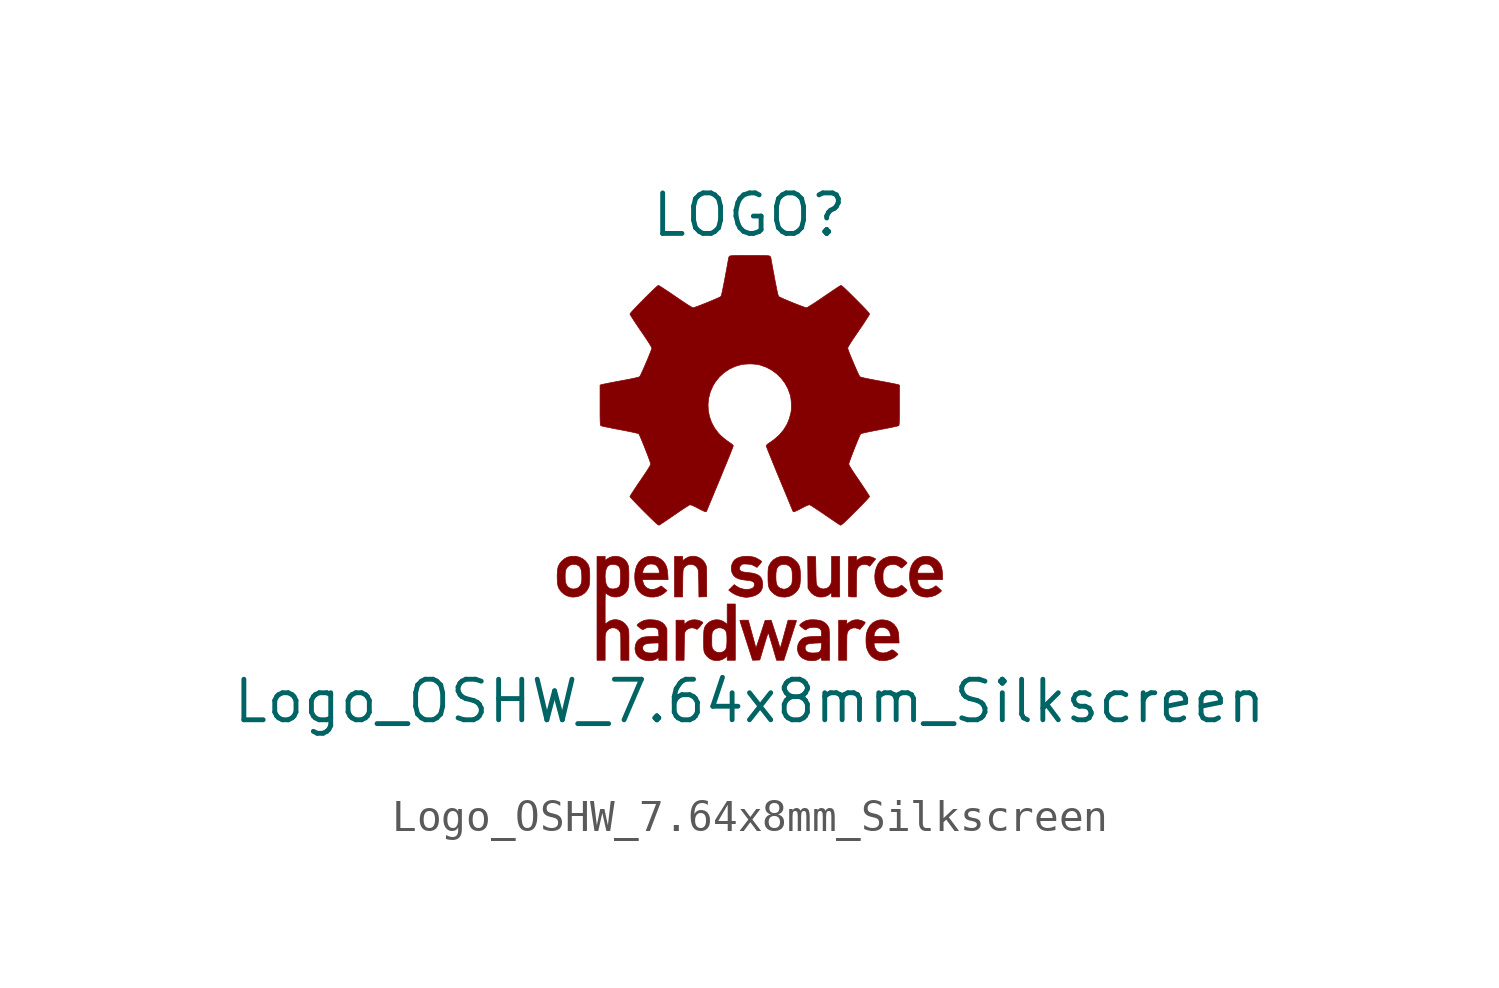
<source format=kicad_sym>
(kicad_symbol_lib
  (version 20241209)
  (generator "kicad_symbol_editor")
  (generator_version "9.0")
  (symbol "Logo_OSHW_7.64x8mm_Silkscreen"
    (pin_numbers
      (hide yes))
    (pin_names
      (offset 0)
      (hide yes))
    (property "Reference" "LOGO"
      (at 0 7.62 0)
      (effects (font (size 1.27 1.27))))
    (property "Value" "Logo_OSHW_7.64x8mm_Silkscreen"
      (at 0 -7.62 0)
      (effects (font (size 1.27 1.27))))
    (symbol "Logo_OSHW_7.64x8mm_Silkscreen_0_0"
      (polyline (pts (xy -5.393 -4.342) (xy -5.279 -4.303) (xy -5.179 -4.239) (xy -5.097 -4.153) (xy -5.038 -4.048) (xy -5.035 -4.04) (xy -5.022 -3.982) (xy -5.013 -3.902) (xy -5.007 -3.807) (xy -5.006 -3.705) (xy -5.008 -3.604) (xy -5.014 -3.511) (xy -5.024 -3.434) (xy -5.038 -3.381) (xy -5.066 -3.323) (xy -5.137 -3.228) (xy -5.228 -3.154) (xy -5.334 -3.103) (xy -5.45 -3.076) (xy -5.574 -3.075) (xy -5.699 -3.103) (xy -5.718 -3.11) (xy -5.803 -3.159) (xy -5.884 -3.228) (xy -5.95 -3.311) (xy -5.994 -3.397) (xy -5.996 -3.403) (xy -6.011 -3.473) (xy -6.021 -3.563) (xy -6.026 -3.661) (xy -5.777 -3.661) (xy -5.772 -3.58) (xy -5.762 -3.52) (xy -5.748 -3.481) (xy -5.7 -3.408) (xy -5.633 -3.358) (xy -5.551 -3.332) (xy -5.458 -3.335) (xy -5.398 -3.35) (xy -5.342 -3.382) (xy -5.302 -3.431) (xy -5.275 -3.501) (xy -5.26 -3.595) (xy -5.255 -3.715) (xy -5.255 -3.789) (xy -5.258 -3.852) (xy -5.264 -3.897) (xy -5.274 -3.933) (xy -5.29 -3.969) (xy -5.302 -3.99) (xy -5.338 -4.035) (xy -5.374 -4.066) (xy -5.442 -4.093) (xy -5.527 -4.103) (xy -5.607 -4.086) (xy -5.677 -4.045) (xy -5.73 -3.984) (xy -5.762 -3.903) (xy -5.772 -3.835) (xy -5.777 -3.75) (xy -5.777 -3.661) (xy -6.026 -3.661) (xy -6.026 -3.666) (xy -6.026 -3.773) (xy -6.021 -3.874) (xy -6.011 -3.962) (xy -5.996 -4.028) (xy -5.973 -4.081) (xy -5.908 -4.177) (xy -5.822 -4.257) (xy -5.72 -4.316) (xy -5.608 -4.348) (xy -5.517 -4.356) (xy -5.393 -4.342)) (stroke (width 0.01) (type default)) (fill (type outline)))
      (polyline (pts (xy -4.524 -5.925) (xy -4.524 -5.869) (xy -4.524 -5.756) (xy -4.523 -5.669) (xy -4.522 -5.603) (xy -4.519 -5.554) (xy -4.514 -5.518) (xy -4.508 -5.491) (xy -4.5 -5.468) (xy -4.489 -5.446) (xy -4.454 -5.395) (xy -4.393 -5.347) (xy -4.321 -5.321) (xy -4.246 -5.318) (xy -4.173 -5.338) (xy -4.109 -5.38) (xy -4.06 -5.445) (xy -4.055 -5.457) (xy -4.047 -5.48) (xy -4.042 -5.511) (xy -4.038 -5.553) (xy -4.035 -5.61) (xy -4.033 -5.688) (xy -4.033 -5.789) (xy -4.032 -5.917) (xy -4.032 -6.334) (xy -3.905 -6.334) (xy -3.778 -6.334) (xy -3.779 -5.862) (xy -3.779 -5.824) (xy -3.779 -5.697) (xy -3.779 -5.596) (xy -3.78 -5.518) (xy -3.783 -5.459) (xy -3.786 -5.415) (xy -3.791 -5.382) (xy -3.797 -5.356) (xy -3.805 -5.334) (xy -3.816 -5.31) (xy -3.83 -5.284) (xy -3.895 -5.196) (xy -3.977 -5.129) (xy -4.071 -5.084) (xy -4.171 -5.063) (xy -4.273 -5.067) (xy -4.371 -5.098) (xy -4.461 -5.155) (xy -4.524 -5.209) (xy -4.524 -4.715) (xy -4.524 -4.653) (xy -4.524 -4.522) (xy -4.523 -4.42) (xy -4.521 -4.342) (xy -4.519 -4.287) (xy -4.515 -4.253) (xy -4.51 -4.235) (xy -4.505 -4.232) (xy -4.502 -4.234) (xy -4.474 -4.253) (xy -4.437 -4.279) (xy -4.358 -4.323) (xy -4.258 -4.35) (xy -4.156 -4.352) (xy -4.058 -4.331) (xy -3.967 -4.288) (xy -3.89 -4.226) (xy -3.831 -4.145) (xy -3.796 -4.048) (xy -3.794 -4.041) (xy -3.787 -3.983) (xy -3.783 -3.903) (xy -3.78 -3.808) (xy -3.779 -3.706) (xy -3.78 -3.604) (xy -3.783 -3.511) (xy -3.788 -3.434) (xy -3.796 -3.381) (xy -3.799 -3.369) (xy -3.838 -3.273) (xy -3.902 -3.192) (xy -3.986 -3.13) (xy -4.085 -3.09) (xy -4.194 -3.076) (xy -4.268 -3.081) (xy -4.374 -3.11) (xy -4.472 -3.168) (xy -4.524 -3.208) (xy -4.524 -3.144) (xy -4.524 -3.08) (xy -4.651 -3.08) (xy -4.778 -3.08) (xy -4.778 -3.715) (xy -4.524 -3.715) (xy -4.524 -3.669) (xy -4.511 -3.547) (xy -4.484 -3.453) (xy -4.441 -3.386) (xy -4.383 -3.347) (xy -4.345 -3.337) (xy -4.274 -3.332) (xy -4.202 -3.339) (xy -4.145 -3.357) (xy -4.136 -3.362) (xy -4.101 -3.386) (xy -4.075 -3.418) (xy -4.058 -3.462) (xy -4.047 -3.522) (xy -4.042 -3.605) (xy -4.04 -3.715) (xy -4.04 -3.728) (xy -4.042 -3.835) (xy -4.048 -3.916) (xy -4.059 -3.975) (xy -4.078 -4.017) (xy -4.104 -4.047) (xy -4.14 -4.069) (xy -4.175 -4.084) (xy -4.263 -4.101) (xy -4.35 -4.095) (xy -4.396 -4.077) (xy -4.452 -4.028) (xy -4.492 -3.951) (xy -4.516 -3.846) (xy -4.524 -3.715) (xy -4.778 -3.715) (xy -4.778 -4.707) (xy -4.778 -6.334) (xy -4.651 -6.334) (xy -4.524 -6.334) (xy -4.524 -5.925)) (stroke (width 0.01) (type default)) (fill (type outline)))
      (polyline (pts (xy -3.051 -6.343) (xy -2.961 -6.318) (xy -2.89 -6.277) (xy -2.842 -6.236) (xy -2.842 -6.285) (xy -2.842 -6.334) (xy -2.715 -6.334) (xy -2.588 -6.334) (xy -2.588 -5.845) (xy -2.588 -5.356) (xy -2.627 -5.277) (xy -2.665 -5.219) (xy -2.739 -5.151) (xy -2.837 -5.103) (xy -2.959 -5.074) (xy -3.106 -5.064) (xy -3.162 -5.065) (xy -3.249 -5.075) (xy -3.327 -5.098) (xy -3.374 -5.119) (xy -3.429 -5.15) (xy -3.477 -5.184) (xy -3.511 -5.215) (xy -3.524 -5.238) (xy -3.524 -5.239) (xy -3.511 -5.255) (xy -3.479 -5.284) (xy -3.435 -5.319) (xy -3.4 -5.344) (xy -3.362 -5.367) (xy -3.338 -5.374) (xy -3.32 -5.368) (xy -3.298 -5.353) (xy -3.233 -5.321) (xy -3.157 -5.306) (xy -3.062 -5.305) (xy -3.045 -5.306) (xy -2.963 -5.314) (xy -2.907 -5.332) (xy -2.872 -5.363) (xy -2.853 -5.411) (xy -2.845 -5.48) (xy -2.84 -5.584) (xy -3.075 -5.591) (xy -3.107 -5.592) (xy -3.206 -5.597) (xy -3.28 -5.604) (xy -3.335 -5.613) (xy -3.373 -5.626) (xy -3.377 -5.628) (xy -3.467 -5.683) (xy -3.533 -5.758) (xy -3.574 -5.851) (xy -3.586 -5.953) (xy -3.35 -5.953) (xy -3.342 -5.903) (xy -3.317 -5.862) (xy -3.27 -5.832) (xy -3.2 -5.811) (xy -3.105 -5.8) (xy -2.981 -5.795) (xy -2.842 -5.794) (xy -2.842 -5.894) (xy -2.846 -5.963) (xy -2.861 -6.025) (xy -2.891 -6.066) (xy -2.937 -6.091) (xy -2.992 -6.103) (xy -3.069 -6.109) (xy -3.149 -6.106) (xy -3.22 -6.096) (xy -3.23 -6.093) (xy -3.294 -6.062) (xy -3.335 -6.014) (xy -3.35 -5.953) (xy -3.586 -5.953) (xy -3.587 -5.961) (xy -3.585 -6.01) (xy -3.56 -6.115) (xy -3.509 -6.202) (xy -3.432 -6.271) (xy -3.33 -6.32) (xy -3.258 -6.339) (xy -3.153 -6.35) (xy -3.051 -6.343)) (stroke (width 0.01) (type default)) (fill (type outline)))
      (polyline (pts (xy -2.869 -4.331) (xy -2.755 -4.285) (xy -2.659 -4.218) (xy -2.586 -4.151) (xy -2.678 -4.078) (xy -2.769 -4.004) (xy -2.83 -4.045) (xy -2.92 -4.091) (xy -3.015 -4.115) (xy -3.107 -4.112) (xy -3.189 -4.085) (xy -3.259 -4.035) (xy -3.311 -3.962) (xy -3.342 -3.869) (xy -3.353 -3.81) (xy -2.952 -3.81) (xy -2.551 -3.81) (xy -2.561 -3.644) (xy -2.565 -3.597) (xy -2.581 -3.478) (xy -2.609 -3.382) (xy -2.65 -3.302) (xy -2.706 -3.232) (xy -2.786 -3.162) (xy -2.882 -3.111) (xy -2.995 -3.082) (xy -3.037 -3.076) (xy -3.163 -3.08) (xy -3.279 -3.112) (xy -3.38 -3.171) (xy -3.465 -3.256) (xy -3.531 -3.366) (xy -3.535 -3.376) (xy -3.572 -3.49) (xy -3.59 -3.604) (xy -3.351 -3.604) (xy -3.341 -3.544) (xy -3.33 -3.499) (xy -3.288 -3.416) (xy -3.223 -3.354) (xy -3.164 -3.328) (xy -3.087 -3.317) (xy -3.008 -3.324) (xy -2.942 -3.349) (xy -2.917 -3.368) (xy -2.871 -3.423) (xy -2.838 -3.49) (xy -2.826 -3.555) (xy -2.826 -3.604) (xy -3.088 -3.604) (xy -3.351 -3.604) (xy -3.59 -3.604) (xy -3.593 -3.619) (xy -3.597 -3.753) (xy -3.585 -3.885) (xy -3.557 -4.005) (xy -3.513 -4.107) (xy -3.471 -4.168) (xy -3.384 -4.253) (xy -3.278 -4.313) (xy -3.152 -4.348) (xy -3.123 -4.352) (xy -2.994 -4.354) (xy -2.869 -4.331)) (stroke (width 0.01) (type default)) (fill (type outline)))
      (polyline (pts (xy -2.045 -5.902) (xy -2.043 -5.782) (xy -2.042 -5.679) (xy -2.04 -5.601) (xy -2.038 -5.542) (xy -2.034 -5.5) (xy -2.029 -5.471) (xy -2.022 -5.449) (xy -2.013 -5.432) (xy -2.002 -5.415) (xy -1.98 -5.39) (xy -1.918 -5.346) (xy -1.843 -5.322) (xy -1.767 -5.32) (xy -1.699 -5.342) (xy -1.667 -5.357) (xy -1.642 -5.365) (xy -1.631 -5.358) (xy -1.604 -5.332) (xy -1.568 -5.294) (xy -1.53 -5.249) (xy -1.496 -5.206) (xy -1.47 -5.172) (xy -1.46 -5.153) (xy -1.469 -5.144) (xy -1.499 -5.126) (xy -1.544 -5.103) (xy -1.607 -5.08) (xy -1.714 -5.065) (xy -1.82 -5.075) (xy -1.92 -5.111) (xy -2.004 -5.171) (xy -2.048 -5.213) (xy -2.048 -5.146) (xy -2.048 -5.08) (xy -2.175 -5.08) (xy -2.302 -5.08) (xy -2.302 -5.707) (xy -2.302 -6.334) (xy -2.176 -6.334) (xy -2.05 -6.334) (xy -2.045 -5.902)) (stroke (width 0.01) (type default)) (fill (type outline)))
      (polyline (pts (xy -1.463 -4.346) (xy -1.341 -4.342) (xy -1.342 -3.873) (xy -1.342 -3.848) (xy -1.342 -3.719) (xy -1.343 -3.616) (xy -1.344 -3.537) (xy -1.346 -3.477) (xy -1.349 -3.432) (xy -1.354 -3.397) (xy -1.36 -3.37) (xy -1.369 -3.347) (xy -1.379 -3.322) (xy -1.384 -3.312) (xy -1.443 -3.222) (xy -1.521 -3.152) (xy -1.613 -3.103) (xy -1.713 -3.077) (xy -1.816 -3.076) (xy -1.917 -3.101) (xy -2.009 -3.152) (xy -2.039 -3.175) (xy -2.072 -3.198) (xy -2.088 -3.207) (xy -2.09 -3.205) (xy -2.094 -3.183) (xy -2.095 -3.143) (xy -2.095 -3.08) (xy -2.223 -3.08) (xy -2.349 -3.08) (xy -2.349 -3.715) (xy -2.349 -4.35) (xy -2.224 -4.35) (xy -2.097 -4.35) (xy -2.092 -3.925) (xy -2.092 -3.893) (xy -2.091 -3.772) (xy -2.089 -3.677) (xy -2.086 -3.605) (xy -2.083 -3.551) (xy -2.079 -3.513) (xy -2.073 -3.485) (xy -2.065 -3.464) (xy -2.055 -3.445) (xy -2.023 -3.403) (xy -1.961 -3.357) (xy -1.888 -3.333) (xy -1.811 -3.331) (xy -1.737 -3.351) (xy -1.673 -3.393) (xy -1.625 -3.457) (xy -1.619 -3.471) (xy -1.611 -3.495) (xy -1.605 -3.526) (xy -1.6 -3.568) (xy -1.597 -3.626) (xy -1.594 -3.704) (xy -1.592 -3.805) (xy -1.59 -3.934) (xy -1.585 -4.351) (xy -1.463 -4.346)) (stroke (width 0.01) (type default)) (fill (type outline)))
      (polyline (pts (xy -0.964 -6.342) (xy -0.856 -6.313) (xy -0.76 -6.255) (xy -0.699 -6.206) (xy -0.699 -6.27) (xy -0.699 -6.334) (xy -0.572 -6.334) (xy -0.445 -6.334) (xy -0.445 -5.453) (xy -0.445 -4.572) (xy -0.572 -4.572) (xy -0.699 -4.572) (xy -0.699 -4.891) (xy -0.699 -5.21) (xy -0.75 -5.166) (xy -0.843 -5.106) (xy -0.946 -5.072) (xy -1.051 -5.065) (xy -1.155 -5.084) (xy -1.25 -5.129) (xy -1.332 -5.199) (xy -1.334 -5.202) (xy -1.366 -5.241) (xy -1.391 -5.276) (xy -1.409 -5.314) (xy -1.422 -5.359) (xy -1.43 -5.416) (xy -1.434 -5.489) (xy -1.436 -5.585) (xy -1.437 -5.707) (xy -1.183 -5.707) (xy -1.183 -5.698) (xy -1.182 -5.607) (xy -1.179 -5.54) (xy -1.174 -5.494) (xy -1.166 -5.46) (xy -1.154 -5.433) (xy -1.11 -5.378) (xy -1.044 -5.338) (xy -0.967 -5.318) (xy -0.888 -5.321) (xy -0.814 -5.349) (xy -0.775 -5.377) (xy -0.746 -5.41) (xy -0.726 -5.454) (xy -0.714 -5.513) (xy -0.708 -5.593) (xy -0.707 -5.699) (xy -0.708 -5.791) (xy -0.715 -5.883) (xy -0.728 -5.952) (xy -0.751 -6.003) (xy -0.783 -6.04) (xy -0.827 -6.068) (xy -0.831 -6.07) (xy -0.887 -6.088) (xy -0.945 -6.096) (xy -0.946 -6.096) (xy -1.028 -6.082) (xy -1.099 -6.043) (xy -1.15 -5.985) (xy -1.158 -5.972) (xy -1.169 -5.945) (xy -1.176 -5.911) (xy -1.18 -5.864) (xy -1.182 -5.798) (xy -1.183 -5.707) (xy -1.437 -5.707) (xy -1.437 -5.767) (xy -1.436 -5.865) (xy -1.435 -5.938) (xy -1.432 -5.992) (xy -1.428 -6.032) (xy -1.421 -6.063) (xy -1.412 -6.089) (xy -1.4 -6.116) (xy -1.385 -6.142) (xy -1.323 -6.221) (xy -1.245 -6.285) (xy -1.159 -6.326) (xy -1.078 -6.343) (xy -0.964 -6.342)) (stroke (width 0.01) (type default)) (fill (type outline)))
      (polyline (pts (xy -0.083 -4.362) (xy -0.04 -4.357) (xy 0.016 -4.349) (xy 0.075 -4.337) (xy 0.195 -4.297) (xy 0.29 -4.24) (xy 0.358 -4.167) (xy 0.399 -4.077) (xy 0.413 -3.972) (xy 0.409 -3.898) (xy 0.39 -3.806) (xy 0.351 -3.733) (xy 0.291 -3.676) (xy 0.207 -3.635) (xy 0.098 -3.606) (xy -0.04 -3.588) (xy -0.105 -3.581) (xy -0.188 -3.569) (xy -0.247 -3.553) (xy -0.284 -3.532) (xy -0.305 -3.502) (xy -0.315 -3.463) (xy -0.315 -3.442) (xy -0.304 -3.404) (xy -0.27 -3.363) (xy -0.268 -3.361) (xy -0.244 -3.338) (xy -0.222 -3.325) (xy -0.193 -3.319) (xy -0.149 -3.318) (xy -0.083 -3.321) (xy -0.012 -3.325) (xy 0.045 -3.334) (xy 0.094 -3.35) (xy 0.146 -3.376) (xy 0.236 -3.425) (xy 0.308 -3.341) (xy 0.31 -3.339) (xy 0.346 -3.295) (xy 0.371 -3.261) (xy 0.381 -3.243) (xy 0.373 -3.232) (xy 0.344 -3.209) (xy 0.3 -3.181) (xy 0.249 -3.152) (xy 0.199 -3.126) (xy 0.157 -3.11) (xy 0.094 -3.094) (xy -0.032 -3.077) (xy -0.159 -3.078) (xy -0.278 -3.098) (xy -0.379 -3.134) (xy -0.422 -3.158) (xy -0.471 -3.195) (xy -0.507 -3.242) (xy -0.541 -3.309) (xy -0.564 -3.381) (xy -0.57 -3.479) (xy -0.553 -3.574) (xy -0.513 -3.657) (xy -0.48 -3.697) (xy -0.418 -3.747) (xy -0.34 -3.783) (xy -0.239 -3.809) (xy -0.111 -3.826) (xy -0.065 -3.83) (xy 0.022 -3.843) (xy 0.084 -3.859) (xy 0.123 -3.881) (xy 0.146 -3.91) (xy 0.156 -3.95) (xy 0.155 -3.989) (xy 0.132 -4.044) (xy 0.082 -4.084) (xy 0.006 -4.107) (xy -0.097 -4.114) (xy -0.194 -4.105) (xy -0.315 -4.069) (xy -0.42 -4.008) (xy -0.478 -3.964) (xy -0.565 -4.05) (xy -0.652 -4.135) (xy -0.6 -4.179) (xy -0.528 -4.231) (xy -0.416 -4.289) (xy -0.294 -4.332) (xy -0.175 -4.355) (xy -0.17 -4.355) (xy -0.129 -4.36) (xy -0.103 -4.363) (xy -0.083 -4.362)) (stroke (width 0.01) (type default)) (fill (type outline)))
      (polyline (pts (xy 0.21 -6.331) (xy 0.323 -6.326) (xy 0.453 -5.891) (xy 0.461 -5.864) (xy 0.493 -5.756) (xy 0.523 -5.659) (xy 0.549 -5.579) (xy 0.57 -5.518) (xy 0.584 -5.481) (xy 0.59 -5.47) (xy 0.59 -5.471) (xy 0.598 -5.492) (xy 0.613 -5.54) (xy 0.634 -5.609) (xy 0.66 -5.697) (xy 0.691 -5.798) (xy 0.724 -5.909) (xy 0.849 -6.334) (xy 0.963 -6.334) (xy 1.077 -6.334) (xy 1.093 -6.282) (xy 1.1 -6.261) (xy 1.123 -6.188) (xy 1.152 -6.098) (xy 1.185 -5.995) (xy 1.22 -5.883) (xy 1.258 -5.765) (xy 1.296 -5.646) (xy 1.334 -5.529) (xy 1.369 -5.419) (xy 1.401 -5.319) (xy 1.429 -5.234) (xy 1.45 -5.166) (xy 1.465 -5.122) (xy 1.471 -5.103) (xy 1.472 -5.101) (xy 1.469 -5.09) (xy 1.45 -5.084) (xy 1.411 -5.081) (xy 1.344 -5.08) (xy 1.209 -5.08) (xy 1.185 -5.163) (xy 1.183 -5.171) (xy 1.169 -5.219) (xy 1.15 -5.29) (xy 1.126 -5.377) (xy 1.099 -5.476) (xy 1.071 -5.58) (xy 1.057 -5.632) (xy 1.027 -5.74) (xy 1.004 -5.823) (xy 0.987 -5.881) (xy 0.974 -5.918) (xy 0.964 -5.937) (xy 0.957 -5.94) (xy 0.951 -5.931) (xy 0.946 -5.911) (xy 0.94 -5.89) (xy 0.924 -5.84) (xy 0.902 -5.769) (xy 0.874 -5.681) (xy 0.842 -5.581) (xy 0.807 -5.472) (xy 0.679 -5.079) (xy 0.584 -5.083) (xy 0.488 -5.088) (xy 0.351 -5.513) (xy 0.346 -5.53) (xy 0.31 -5.639) (xy 0.278 -5.736) (xy 0.25 -5.818) (xy 0.228 -5.882) (xy 0.213 -5.923) (xy 0.206 -5.937) (xy 0.202 -5.933) (xy 0.19 -5.905) (xy 0.177 -5.862) (xy 0.174 -5.849) (xy 0.16 -5.8) (xy 0.141 -5.728) (xy 0.117 -5.639) (xy 0.089 -5.539) (xy 0.06 -5.433) (xy -0.037 -5.08) (xy -0.169 -5.08) (xy -0.192 -5.08) (xy -0.248 -5.081) (xy -0.287 -5.084) (xy -0.302 -5.087) (xy -0.3 -5.095) (xy -0.29 -5.128) (xy -0.273 -5.183) (xy -0.25 -5.254) (xy -0.224 -5.337) (xy -0.214 -5.367) (xy -0.182 -5.465) (xy -0.145 -5.581) (xy -0.105 -5.707) (xy -0.063 -5.836) (xy -0.024 -5.958) (xy 0.097 -6.335) (xy 0.21 -6.331)) (stroke (width 0.01) (type default)) (fill (type outline)))
      (polyline (pts (xy 1.238 -4.335) (xy 1.348 -4.286) (xy 1.447 -4.207) (xy 1.462 -4.191) (xy 1.511 -4.135) (xy 1.546 -4.077) (xy 1.57 -4.013) (xy 1.585 -3.935) (xy 1.593 -3.837) (xy 1.595 -3.715) (xy 1.595 -3.68) (xy 1.592 -3.564) (xy 1.582 -3.472) (xy 1.565 -3.398) (xy 1.538 -3.336) (xy 1.499 -3.28) (xy 1.447 -3.223) (xy 1.369 -3.155) (xy 1.282 -3.107) (xy 1.184 -3.082) (xy 1.067 -3.075) (xy 0.968 -3.085) (xy 0.853 -3.123) (xy 0.751 -3.187) (xy 0.669 -3.273) (xy 0.609 -3.381) (xy 0.601 -3.403) (xy 0.592 -3.438) (xy 0.586 -3.482) (xy 0.582 -3.54) (xy 0.58 -3.618) (xy 0.58 -3.715) (xy 0.826 -3.715) (xy 0.829 -3.615) (xy 0.841 -3.518) (xy 0.865 -3.445) (xy 0.902 -3.393) (xy 0.954 -3.357) (xy 1.024 -3.334) (xy 1.056 -3.329) (xy 1.128 -3.334) (xy 1.198 -3.354) (xy 1.252 -3.386) (xy 1.276 -3.41) (xy 1.304 -3.447) (xy 1.323 -3.49) (xy 1.334 -3.544) (xy 1.34 -3.617) (xy 1.341 -3.715) (xy 1.341 -3.752) (xy 1.339 -3.833) (xy 1.335 -3.891) (xy 1.327 -3.932) (xy 1.315 -3.961) (xy 1.295 -3.993) (xy 1.232 -4.057) (xy 1.151 -4.094) (xy 1.136 -4.098) (xy 1.098 -4.107) (xy 1.079 -4.11) (xy 1.044 -4.102) (xy 0.967 -4.078) (xy 0.909 -4.042) (xy 0.869 -3.993) (xy 0.843 -3.924) (xy 0.83 -3.833) (xy 0.826 -3.715) (xy 0.58 -3.715) (xy 0.58 -3.723) (xy 0.581 -3.837) (xy 0.586 -3.931) (xy 0.596 -4.005) (xy 0.612 -4.064) (xy 0.637 -4.115) (xy 0.671 -4.162) (xy 0.718 -4.211) (xy 0.783 -4.267) (xy 0.88 -4.321) (xy 0.991 -4.349) (xy 1.116 -4.356) (xy 1.238 -4.335)) (stroke (width 0.01) (type default)) (fill (type outline)))
      (polyline (pts (xy 2.025 -6.346) (xy 2.097 -6.332) (xy 2.102 -6.33) (xy 2.153 -6.306) (xy 2.203 -6.276) (xy 2.254 -6.237) (xy 2.254 -6.286) (xy 2.254 -6.334) (xy 2.381 -6.334) (xy 2.508 -6.334) (xy 2.508 -5.864) (xy 2.508 -5.839) (xy 2.507 -5.676) (xy 2.505 -5.544) (xy 2.501 -5.442) (xy 2.496 -5.371) (xy 2.49 -5.332) (xy 2.482 -5.309) (xy 2.435 -5.23) (xy 2.366 -5.162) (xy 2.283 -5.112) (xy 2.274 -5.108) (xy 2.191 -5.084) (xy 2.09 -5.07) (xy 1.982 -5.065) (xy 1.879 -5.07) (xy 1.792 -5.087) (xy 1.775 -5.092) (xy 1.722 -5.116) (xy 1.668 -5.148) (xy 1.619 -5.183) (xy 1.585 -5.215) (xy 1.572 -5.239) (xy 1.572 -5.24) (xy 1.587 -5.258) (xy 1.62 -5.288) (xy 1.665 -5.325) (xy 1.679 -5.335) (xy 1.723 -5.367) (xy 1.75 -5.382) (xy 1.767 -5.382) (xy 1.78 -5.371) (xy 1.793 -5.358) (xy 1.846 -5.328) (xy 1.915 -5.309) (xy 1.993 -5.302) (xy 2.072 -5.305) (xy 2.144 -5.319) (xy 2.202 -5.344) (xy 2.237 -5.379) (xy 2.243 -5.396) (xy 2.251 -5.443) (xy 2.254 -5.498) (xy 2.254 -5.584) (xy 2.02 -5.591) (xy 1.914 -5.596) (xy 1.824 -5.604) (xy 1.755 -5.616) (xy 1.701 -5.635) (xy 1.656 -5.661) (xy 1.614 -5.696) (xy 1.559 -5.761) (xy 1.517 -5.854) (xy 1.502 -5.962) (xy 1.503 -5.967) (xy 1.742 -5.967) (xy 1.748 -5.906) (xy 1.758 -5.884) (xy 1.782 -5.853) (xy 1.82 -5.83) (xy 1.876 -5.815) (xy 1.955 -5.805) (xy 2.06 -5.798) (xy 2.258 -5.79) (xy 2.252 -5.903) (xy 2.248 -5.953) (xy 2.24 -5.999) (xy 2.226 -6.031) (xy 2.203 -6.059) (xy 2.179 -6.079) (xy 2.15 -6.094) (xy 2.109 -6.101) (xy 2.045 -6.105) (xy 2.03 -6.106) (xy 1.962 -6.107) (xy 1.912 -6.103) (xy 1.869 -6.094) (xy 1.82 -6.076) (xy 1.798 -6.065) (xy 1.76 -6.023) (xy 1.742 -5.967) (xy 1.503 -5.967) (xy 1.505 -6.016) (xy 1.531 -6.118) (xy 1.583 -6.203) (xy 1.662 -6.271) (xy 1.767 -6.321) (xy 1.846 -6.34) (xy 1.937 -6.348) (xy 2.025 -6.346)) (stroke (width 0.01) (type default)) (fill (type outline)))
      (polyline (pts (xy 2.286 -4.353) (xy 2.376 -4.335) (xy 2.455 -4.303) (xy 2.515 -4.257) (xy 2.533 -4.238) (xy 2.556 -4.225) (xy 2.568 -4.241) (xy 2.572 -4.286) (xy 2.572 -4.35) (xy 2.699 -4.35) (xy 2.826 -4.35) (xy 2.826 -3.715) (xy 2.826 -3.08) (xy 2.699 -3.08) (xy 2.572 -3.08) (xy 2.572 -3.489) (xy 2.572 -3.544) (xy 2.571 -3.657) (xy 2.571 -3.745) (xy 2.569 -3.811) (xy 2.566 -3.86) (xy 2.562 -3.896) (xy 2.555 -3.923) (xy 2.547 -3.946) (xy 2.536 -3.969) (xy 2.529 -3.983) (xy 2.474 -4.049) (xy 2.404 -4.088) (xy 2.317 -4.101) (xy 2.245 -4.091) (xy 2.172 -4.055) (xy 2.117 -3.994) (xy 2.109 -3.978) (xy 2.102 -3.956) (xy 2.096 -3.926) (xy 2.091 -3.884) (xy 2.088 -3.826) (xy 2.085 -3.748) (xy 2.082 -3.646) (xy 2.08 -3.516) (xy 2.072 -3.088) (xy 1.948 -3.083) (xy 1.824 -3.078) (xy 1.829 -3.576) (xy 1.833 -4.074) (xy 1.881 -4.152) (xy 1.942 -4.229) (xy 2.033 -4.299) (xy 2.138 -4.343) (xy 2.194 -4.353) (xy 2.286 -4.353)) (stroke (width 0.01) (type default)) (fill (type outline)))
      (polyline (pts (xy 2.871 -2.095) (xy 2.894 -2.079) (xy 2.929 -2.052) (xy 2.975 -2.01) (xy 3.035 -1.953) (xy 3.111 -1.879) (xy 3.206 -1.786) (xy 3.321 -1.672) (xy 3.347 -1.646) (xy 3.442 -1.549) (xy 3.53 -1.46) (xy 3.607 -1.38) (xy 3.671 -1.312) (xy 3.72 -1.258) (xy 3.751 -1.222) (xy 3.762 -1.205) (xy 3.754 -1.188) (xy 3.73 -1.147) (xy 3.691 -1.086) (xy 3.641 -1.008) (xy 3.58 -0.917) (xy 3.512 -0.815) (xy 3.437 -0.705) (xy 3.385 -0.628) (xy 3.298 -0.5) (xy 3.229 -0.395) (xy 3.176 -0.313) (xy 3.14 -0.251) (xy 3.118 -0.21) (xy 3.111 -0.187) (xy 3.116 -0.164) (xy 3.132 -0.116) (xy 3.156 -0.047) (xy 3.188 0.038) (xy 3.224 0.134) (xy 3.264 0.237) (xy 3.305 0.342) (xy 3.346 0.444) (xy 3.385 0.54) (xy 3.42 0.624) (xy 3.45 0.692) (xy 3.472 0.739) (xy 3.485 0.761) (xy 3.491 0.764) (xy 3.527 0.776) (xy 3.59 0.791) (xy 3.679 0.811) (xy 3.792 0.835) (xy 3.927 0.861) (xy 4.08 0.891) (xy 4.081 0.891) (xy 4.212 0.916) (xy 4.334 0.94) (xy 4.443 0.962) (xy 4.536 0.981) (xy 4.608 0.998) (xy 4.656 1.01) (xy 4.676 1.017) (xy 4.682 1.025) (xy 4.686 1.043) (xy 4.69 1.073) (xy 4.693 1.117) (xy 4.696 1.18) (xy 4.697 1.262) (xy 4.698 1.368) (xy 4.699 1.5) (xy 4.699 1.661) (xy 4.699 2.287) (xy 4.663 2.301) (xy 4.641 2.307) (xy 4.59 2.318) (xy 4.516 2.333) (xy 4.422 2.352) (xy 4.311 2.373) (xy 4.188 2.396) (xy 4.056 2.421) (xy 3.93 2.444) (xy 3.785 2.472) (xy 3.67 2.495) (xy 3.581 2.515) (xy 3.517 2.53) (xy 3.476 2.543) (xy 3.458 2.553) (xy 3.452 2.561) (xy 3.432 2.597) (xy 3.404 2.655) (xy 3.369 2.731) (xy 3.329 2.82) (xy 3.287 2.918) (xy 3.244 3.019) (xy 3.201 3.119) (xy 3.162 3.214) (xy 3.128 3.299) (xy 3.102 3.369) (xy 3.084 3.419) (xy 3.077 3.445) (xy 3.078 3.451) (xy 3.092 3.482) (xy 3.122 3.536) (xy 3.169 3.612) (xy 3.234 3.712) (xy 3.317 3.836) (xy 3.419 3.984) (xy 3.43 4.001) (xy 3.507 4.113) (xy 3.577 4.217) (xy 3.638 4.311) (xy 3.689 4.39) (xy 3.729 4.453) (xy 3.754 4.496) (xy 3.762 4.516) (xy 3.761 4.521) (xy 3.741 4.549) (xy 3.7 4.598) (xy 3.637 4.666) (xy 3.553 4.754) (xy 3.45 4.859) (xy 3.327 4.983) (xy 3.301 5.009) (xy 3.19 5.119) (xy 3.099 5.209) (xy 3.026 5.279) (xy 2.969 5.333) (xy 2.925 5.371) (xy 2.894 5.395) (xy 2.873 5.407) (xy 2.86 5.41) (xy 2.859 5.409) (xy 2.835 5.396) (xy 2.788 5.367) (xy 2.723 5.324) (xy 2.64 5.269) (xy 2.545 5.205) (xy 2.438 5.133) (xy 2.325 5.056) (xy 2.263 5.013) (xy 2.132 4.925) (xy 2.019 4.85) (xy 1.927 4.791) (xy 1.856 4.747) (xy 1.808 4.72) (xy 1.784 4.711) (xy 1.779 4.711) (xy 1.746 4.721) (xy 1.69 4.74) (xy 1.616 4.767) (xy 1.528 4.801) (xy 1.432 4.839) (xy 1.332 4.879) (xy 1.233 4.92) (xy 1.139 4.96) (xy 1.056 4.995) (xy 0.988 5.026) (xy 0.94 5.049) (xy 0.917 5.063) (xy 0.914 5.066) (xy 0.904 5.088) (xy 0.891 5.129) (xy 0.876 5.19) (xy 0.858 5.274) (xy 0.836 5.383) (xy 0.809 5.519) (xy 0.778 5.684) (xy 0.774 5.706) (xy 0.749 5.838) (xy 0.727 5.959) (xy 0.707 6.067) (xy 0.69 6.157) (xy 0.678 6.227) (xy 0.67 6.272) (xy 0.667 6.289) (xy 0.662 6.301) (xy 0.642 6.325) (xy 0.64 6.327) (xy 0.629 6.333) (xy 0.61 6.338) (xy 0.58 6.342) (xy 0.537 6.345) (xy 0.476 6.347) (xy 0.397 6.348) (xy 0.294 6.349) (xy 0.165 6.35) (xy 0.008 6.35) (xy -0.034 6.35) (xy -0.184 6.35) (xy -0.306 6.349) (xy -0.403 6.348) (xy -0.477 6.347) (xy -0.533 6.344) (xy -0.573 6.341) (xy -0.6 6.337) (xy -0.616 6.332) (xy -0.626 6.325) (xy -0.641 6.308) (xy -0.651 6.289) (xy -0.651 6.289) (xy -0.655 6.266) (xy -0.664 6.217) (xy -0.677 6.144) (xy -0.694 6.051) (xy -0.714 5.941) (xy -0.737 5.817) (xy -0.762 5.684) (xy -0.777 5.602) (xy -0.806 5.452) (xy -0.83 5.331) (xy -0.85 5.235) (xy -0.866 5.162) (xy -0.88 5.111) (xy -0.891 5.079) (xy -0.901 5.063) (xy -0.904 5.06) (xy -0.935 5.044) (xy -0.989 5.018) (xy -1.061 4.986) (xy -1.148 4.949) (xy -1.244 4.909) (xy -1.344 4.868) (xy -1.443 4.828) (xy -1.538 4.791) (xy -1.622 4.759) (xy -1.692 4.734) (xy -1.742 4.717) (xy -1.768 4.711) (xy -1.776 4.713) (xy -1.812 4.731) (xy -1.872 4.766) (xy -1.954 4.818) (xy -2.056 4.885) (xy -2.178 4.967) (xy -2.318 5.062) (xy -2.346 5.081) (xy -2.458 5.158) (xy -2.562 5.228) (xy -2.655 5.289) (xy -2.734 5.341) (xy -2.796 5.38) (xy -2.837 5.405) (xy -2.855 5.413) (xy -2.872 5.403) (xy -2.909 5.373) (xy -2.961 5.326) (xy -3.026 5.264) (xy -3.101 5.191) (xy -3.183 5.111) (xy -3.27 5.025) (xy -3.357 4.937) (xy -3.442 4.85) (xy -3.523 4.767) (xy -3.595 4.691) (xy -3.657 4.625) (xy -3.705 4.571) (xy -3.736 4.534) (xy -3.747 4.516) (xy -3.746 4.514) (xy -3.735 4.491) (xy -3.708 4.445) (xy -3.667 4.38) (xy -3.614 4.298) (xy -3.551 4.203) (xy -3.48 4.097) (xy -3.403 3.984) (xy -3.364 3.928) (xy -3.269 3.788) (xy -3.193 3.673) (xy -3.134 3.582) (xy -3.093 3.514) (xy -3.069 3.468) (xy -3.061 3.445) (xy -3.063 3.435) (xy -3.076 3.395) (xy -3.099 3.334) (xy -3.13 3.256) (xy -3.166 3.166) (xy -3.207 3.067) (xy -3.251 2.966) (xy -3.294 2.866) (xy -3.335 2.772) (xy -3.372 2.69) (xy -3.404 2.622) (xy -3.428 2.575) (xy -3.442 2.553) (xy -3.454 2.546) (xy -3.489 2.534) (xy -3.546 2.519) (xy -3.629 2.501) (xy -3.737 2.478) (xy -3.874 2.452) (xy -4.04 2.421) (xy -4.17 2.397) (xy -4.293 2.373) (xy -4.404 2.352) (xy -4.498 2.333) (xy -4.573 2.318) (xy -4.624 2.307) (xy -4.647 2.301) (xy -4.683 2.287) (xy -4.683 1.661) (xy -4.683 1.508) (xy -4.683 1.374) (xy -4.682 1.267) (xy -4.68 1.183) (xy -4.678 1.12) (xy -4.675 1.075) (xy -4.671 1.044) (xy -4.666 1.026) (xy -4.66 1.017) (xy -4.66 1.017) (xy -4.64 1.01) (xy -4.591 0.997) (xy -4.519 0.981) (xy -4.427 0.962) (xy -4.318 0.94) (xy -4.196 0.916) (xy -4.064 0.891) (xy -3.99 0.877) (xy -3.845 0.849) (xy -3.721 0.824) (xy -3.619 0.802) (xy -3.541 0.784) (xy -3.491 0.77) (xy -3.469 0.761) (xy -3.458 0.741) (xy -3.436 0.696) (xy -3.407 0.629) (xy -3.372 0.546) (xy -3.333 0.452) (xy -3.292 0.349) (xy -3.251 0.244) (xy -3.211 0.141) (xy -3.174 0.045) (xy -3.143 -0.041) (xy -3.118 -0.111) (xy -3.102 -0.161) (xy -3.096 -0.187) (xy -3.098 -0.196) (xy -3.112 -0.229) (xy -3.141 -0.281) (xy -3.186 -0.353) (xy -3.247 -0.447) (xy -3.325 -0.564) (xy -3.421 -0.705) (xy -3.494 -0.811) (xy -3.562 -0.914) (xy -3.623 -1.006) (xy -3.674 -1.084) (xy -3.713 -1.145) (xy -3.738 -1.187) (xy -3.747 -1.205) (xy -3.746 -1.208) (xy -3.729 -1.23) (xy -3.693 -1.271) (xy -3.64 -1.328) (xy -3.572 -1.399) (xy -3.492 -1.482) (xy -3.402 -1.574) (xy -3.305 -1.672) (xy -3.228 -1.748) (xy -3.127 -1.849) (xy -3.044 -1.929) (xy -2.978 -1.992) (xy -2.927 -2.039) (xy -2.889 -2.071) (xy -2.862 -2.091) (xy -2.844 -2.1) (xy -2.833 -2.101) (xy -2.82 -2.094) (xy -2.784 -2.071) (xy -2.726 -2.033) (xy -2.651 -1.983) (xy -2.563 -1.923) (xy -2.464 -1.856) (xy -2.358 -1.783) (xy -2.28 -1.73) (xy -2.178 -1.66) (xy -2.085 -1.598) (xy -2.005 -1.546) (xy -1.94 -1.504) (xy -1.895 -1.477) (xy -1.873 -1.466) (xy -1.852 -1.465) (xy -1.82 -1.472) (xy -1.772 -1.491) (xy -1.706 -1.523) (xy -1.617 -1.569) (xy -1.584 -1.586) (xy -1.501 -1.629) (xy -1.44 -1.658) (xy -1.397 -1.674) (xy -1.37 -1.68) (xy -1.354 -1.676) (xy -1.345 -1.663) (xy -1.342 -1.656) (xy -1.328 -1.623) (xy -1.304 -1.564) (xy -1.27 -1.482) (xy -1.228 -1.38) (xy -1.177 -1.259) (xy -1.121 -1.123) (xy -1.059 -0.973) (xy -0.992 -0.813) (xy -0.922 -0.644) (xy -0.882 -0.547) (xy -0.815 -0.383) (xy -0.751 -0.227) (xy -0.692 -0.084) (xy -0.64 0.044) (xy -0.595 0.156) (xy -0.559 0.248) (xy -0.531 0.319) (xy -0.514 0.365) (xy -0.508 0.384) (xy -0.511 0.395) (xy -0.535 0.424) (xy -0.576 0.455) (xy -0.629 0.49) (xy -0.726 0.56) (xy -0.821 0.636) (xy -0.905 0.71) (xy -0.969 0.776) (xy -0.971 0.778) (xy -1.093 0.941) (xy -1.188 1.115) (xy -1.254 1.3) (xy -1.291 1.49) (xy -1.3 1.685) (xy -1.279 1.879) (xy -1.229 2.07) (xy -1.149 2.255) (xy -1.071 2.385) (xy -0.945 2.542) (xy -0.798 2.677) (xy -0.633 2.788) (xy -0.451 2.873) (xy -0.257 2.93) (xy -0.173 2.942) (xy -0.06 2.95) (xy 0.061 2.951) (xy 0.175 2.944) (xy 0.272 2.93) (xy 0.336 2.915) (xy 0.524 2.849) (xy 0.699 2.756) (xy 0.857 2.639) (xy 0.997 2.5) (xy 1.115 2.342) (xy 1.209 2.167) (xy 1.277 1.976) (xy 1.295 1.89) (xy 1.308 1.778) (xy 1.314 1.66) (xy 1.313 1.546) (xy 1.303 1.452) (xy 1.3 1.435) (xy 1.25 1.238) (xy 1.174 1.056) (xy 1.071 0.887) (xy 0.94 0.732) (xy 0.78 0.588) (xy 0.591 0.455) (xy 0.571 0.441) (xy 0.537 0.409) (xy 0.524 0.384) (xy 0.526 0.377) (xy 0.538 0.342) (xy 0.561 0.282) (xy 0.594 0.199) (xy 0.635 0.095) (xy 0.685 -0.026) (xy 0.74 -0.164) (xy 0.802 -0.314) (xy 0.868 -0.475) (xy 0.938 -0.644) (xy 0.978 -0.741) (xy 1.047 -0.905) (xy 1.111 -1.06) (xy 1.17 -1.202) (xy 1.223 -1.33) (xy 1.268 -1.441) (xy 1.306 -1.532) (xy 1.335 -1.601) (xy 1.353 -1.645) (xy 1.361 -1.663) (xy 1.363 -1.668) (xy 1.374 -1.678) (xy 1.393 -1.679) (xy 1.425 -1.67) (xy 1.473 -1.65) (xy 1.541 -1.617) (xy 1.633 -1.569) (xy 1.717 -1.525) (xy 1.785 -1.493) (xy 1.833 -1.473) (xy 1.867 -1.465) (xy 1.889 -1.466) (xy 1.903 -1.472) (xy 1.942 -1.495) (xy 2.001 -1.533) (xy 2.077 -1.583) (xy 2.167 -1.642) (xy 2.267 -1.71) (xy 2.373 -1.783) (xy 2.452 -1.837) (xy 2.553 -1.906) (xy 2.645 -1.968) (xy 2.723 -2.021) (xy 2.786 -2.062) (xy 2.829 -2.089) (xy 2.848 -2.101) (xy 2.855 -2.101) (xy 2.871 -2.095)) (stroke (width 0.01) (type default)) (fill (type outline)))
      (polyline (pts (xy 3.048 -5.917) (xy 3.048 -5.835) (xy 3.049 -5.724) (xy 3.05 -5.638) (xy 3.052 -5.573) (xy 3.056 -5.526) (xy 3.061 -5.491) (xy 3.067 -5.466) (xy 3.076 -5.445) (xy 3.103 -5.403) (xy 3.164 -5.351) (xy 3.239 -5.323) (xy 3.321 -5.32) (xy 3.404 -5.345) (xy 3.416 -5.35) (xy 3.449 -5.363) (xy 3.465 -5.365) (xy 3.467 -5.362) (xy 3.484 -5.341) (xy 3.516 -5.304) (xy 3.555 -5.257) (xy 3.594 -5.21) (xy 3.619 -5.175) (xy 3.626 -5.154) (xy 3.618 -5.141) (xy 3.615 -5.14) (xy 3.514 -5.09) (xy 3.408 -5.066) (xy 3.301 -5.069) (xy 3.2 -5.099) (xy 3.112 -5.154) (xy 3.048 -5.209) (xy 3.048 -5.145) (xy 3.048 -5.08) (xy 2.921 -5.08) (xy 2.794 -5.08) (xy 2.794 -5.707) (xy 2.794 -6.334) (xy 2.921 -6.334) (xy 3.048 -6.334) (xy 3.048 -5.917)) (stroke (width 0.01) (type default)) (fill (type outline)))
      (polyline (pts (xy 3.352 -3.925) (xy 3.353 -3.894) (xy 3.354 -3.772) (xy 3.356 -3.678) (xy 3.359 -3.605) (xy 3.362 -3.552) (xy 3.366 -3.513) (xy 3.372 -3.485) (xy 3.38 -3.464) (xy 3.39 -3.445) (xy 3.393 -3.44) (xy 3.43 -3.395) (xy 3.474 -3.36) (xy 3.52 -3.341) (xy 3.592 -3.33) (xy 3.664 -3.336) (xy 3.723 -3.359) (xy 3.767 -3.388) (xy 3.813 -3.333) (xy 3.822 -3.322) (xy 3.866 -3.27) (xy 3.907 -3.219) (xy 3.954 -3.16) (xy 3.886 -3.125) (xy 3.851 -3.109) (xy 3.742 -3.079) (xy 3.632 -3.077) (xy 3.528 -3.102) (xy 3.435 -3.153) (xy 3.406 -3.175) (xy 3.373 -3.198) (xy 3.357 -3.207) (xy 3.356 -3.205) (xy 3.351 -3.183) (xy 3.35 -3.143) (xy 3.35 -3.078) (xy 3.227 -3.083) (xy 3.103 -3.088) (xy 3.099 -3.699) (xy 3.099 -3.724) (xy 3.099 -3.86) (xy 3.098 -3.985) (xy 3.099 -4.096) (xy 3.099 -4.189) (xy 3.1 -4.262) (xy 3.101 -4.31) (xy 3.103 -4.33) (xy 3.115 -4.339) (xy 3.157 -4.347) (xy 3.229 -4.35) (xy 3.347 -4.35) (xy 3.352 -3.925)) (stroke (width 0.01) (type default)) (fill (type outline)))
      (polyline (pts (xy 4.317 -6.334) (xy 4.434 -6.301) (xy 4.537 -6.251) (xy 4.618 -6.185) (xy 4.655 -6.146) (xy 4.596 -6.093) (xy 4.587 -6.086) (xy 4.535 -6.041) (xy 4.498 -6.017) (xy 4.469 -6.009) (xy 4.441 -6.017) (xy 4.406 -6.039) (xy 4.397 -6.045) (xy 4.303 -6.089) (xy 4.205 -6.107) (xy 4.11 -6.099) (xy 4.023 -6.064) (xy 3.992 -6.038) (xy 3.948 -5.98) (xy 3.917 -5.911) (xy 3.905 -5.845) (xy 3.905 -5.794) (xy 4.296 -5.794) (xy 4.688 -5.794) (xy 4.679 -5.622) (xy 4.679 -5.611) (xy 4.673 -5.526) (xy 4.664 -5.463) (xy 4.651 -5.411) (xy 4.631 -5.361) (xy 4.604 -5.309) (xy 4.529 -5.21) (xy 4.434 -5.137) (xy 4.321 -5.089) (xy 4.192 -5.068) (xy 4.081 -5.072) (xy 3.965 -5.103) (xy 3.864 -5.16) (xy 3.78 -5.244) (xy 3.714 -5.352) (xy 3.669 -5.483) (xy 3.664 -5.505) (xy 3.659 -5.545) (xy 3.905 -5.545) (xy 3.908 -5.517) (xy 3.932 -5.447) (xy 3.976 -5.382) (xy 4.034 -5.335) (xy 4.069 -5.317) (xy 4.12 -5.305) (xy 4.182 -5.305) (xy 4.188 -5.306) (xy 4.274 -5.327) (xy 4.341 -5.371) (xy 4.39 -5.441) (xy 4.421 -5.536) (xy 4.432 -5.588) (xy 4.168 -5.588) (xy 3.905 -5.588) (xy 3.905 -5.545) (xy 3.659 -5.545) (xy 3.655 -5.582) (xy 3.651 -5.676) (xy 3.652 -5.773) (xy 3.658 -5.862) (xy 3.669 -5.931) (xy 3.695 -6.015) (xy 3.754 -6.129) (xy 3.833 -6.222) (xy 3.93 -6.29) (xy 4.044 -6.333) (xy 4.077 -6.339) (xy 4.196 -6.348) (xy 4.317 -6.334)) (stroke (width 0.01) (type default)) (fill (type outline)))
      (polyline (pts (xy 4.566 -4.351) (xy 4.691 -4.321) (xy 4.802 -4.265) (xy 4.809 -4.261) (xy 4.854 -4.227) (xy 4.895 -4.191) (xy 4.925 -4.161) (xy 4.937 -4.142) (xy 4.937 -4.141) (xy 4.924 -4.124) (xy 4.894 -4.094) (xy 4.851 -4.056) (xy 4.765 -3.983) (xy 4.695 -4.032) (xy 4.619 -4.075) (xy 4.526 -4.1) (xy 4.434 -4.099) (xy 4.35 -4.072) (xy 4.278 -4.02) (xy 4.223 -3.945) (xy 4.215 -3.929) (xy 4.199 -3.888) (xy 4.189 -3.845) (xy 4.184 -3.791) (xy 4.183 -3.715) (xy 4.183 -3.684) (xy 4.185 -3.617) (xy 4.192 -3.568) (xy 4.204 -3.527) (xy 4.224 -3.484) (xy 4.243 -3.45) (xy 4.293 -3.393) (xy 4.358 -3.355) (xy 4.442 -3.336) (xy 4.551 -3.332) (xy 4.575 -3.337) (xy 4.627 -3.357) (xy 4.683 -3.389) (xy 4.766 -3.445) (xy 4.852 -3.372) (xy 4.855 -3.37) (xy 4.896 -3.332) (xy 4.926 -3.302) (xy 4.937 -3.286) (xy 4.936 -3.281) (xy 4.916 -3.257) (xy 4.879 -3.223) (xy 4.832 -3.187) (xy 4.781 -3.153) (xy 4.734 -3.127) (xy 4.666 -3.1) (xy 4.542 -3.076) (xy 4.417 -3.078) (xy 4.297 -3.106) (xy 4.186 -3.158) (xy 4.093 -3.233) (xy 4.029 -3.316) (xy 3.975 -3.429) (xy 3.94 -3.557) (xy 3.925 -3.694) (xy 3.933 -3.832) (xy 3.951 -3.924) (xy 3.998 -4.054) (xy 4.066 -4.163) (xy 4.155 -4.25) (xy 4.261 -4.312) (xy 4.385 -4.348) (xy 4.436 -4.355) (xy 4.566 -4.351)) (stroke (width 0.01) (type default)) (fill (type outline)))
      (polyline (pts (xy 5.703 -4.34) (xy 5.83 -4.296) (xy 5.943 -4.228) (xy 5.975 -4.202) (xy 6.005 -4.175) (xy 6.017 -4.16) (xy 6.016 -4.16) (xy 6.003 -4.143) (xy 5.972 -4.113) (xy 5.93 -4.075) (xy 5.843 -4) (xy 5.775 -4.048) (xy 5.714 -4.083) (xy 5.625 -4.11) (xy 5.537 -4.115) (xy 5.454 -4.098) (xy 5.381 -4.062) (xy 5.323 -4.009) (xy 5.284 -3.941) (xy 5.271 -3.858) (xy 5.271 -3.81) (xy 5.659 -3.81) (xy 6.048 -3.81) (xy 6.048 -3.671) (xy 6.048 -3.662) (xy 6.038 -3.523) (xy 6.013 -3.406) (xy 5.971 -3.314) (xy 5.957 -3.292) (xy 5.878 -3.204) (xy 5.785 -3.138) (xy 5.682 -3.096) (xy 5.572 -3.076) (xy 5.462 -3.079) (xy 5.356 -3.105) (xy 5.258 -3.153) (xy 5.173 -3.224) (xy 5.105 -3.318) (xy 5.069 -3.394) (xy 5.039 -3.489) (xy 5.027 -3.561) (xy 5.271 -3.561) (xy 5.277 -3.518) (xy 5.303 -3.453) (xy 5.343 -3.392) (xy 5.388 -3.35) (xy 5.445 -3.327) (xy 5.524 -3.317) (xy 5.602 -3.326) (xy 5.668 -3.354) (xy 5.701 -3.38) (xy 5.756 -3.452) (xy 5.787 -3.544) (xy 5.798 -3.604) (xy 5.534 -3.604) (xy 5.271 -3.604) (xy 5.271 -3.561) (xy 5.027 -3.561) (xy 5.022 -3.595) (xy 5.017 -3.723) (xy 5.018 -3.784) (xy 5.037 -3.936) (xy 5.077 -4.065) (xy 5.139 -4.171) (xy 5.221 -4.254) (xy 5.325 -4.313) (xy 5.449 -4.348) (xy 5.569 -4.357) (xy 5.703 -4.34)) (stroke (width 0.01) (type default)) (fill (type outline))))))
</source>
